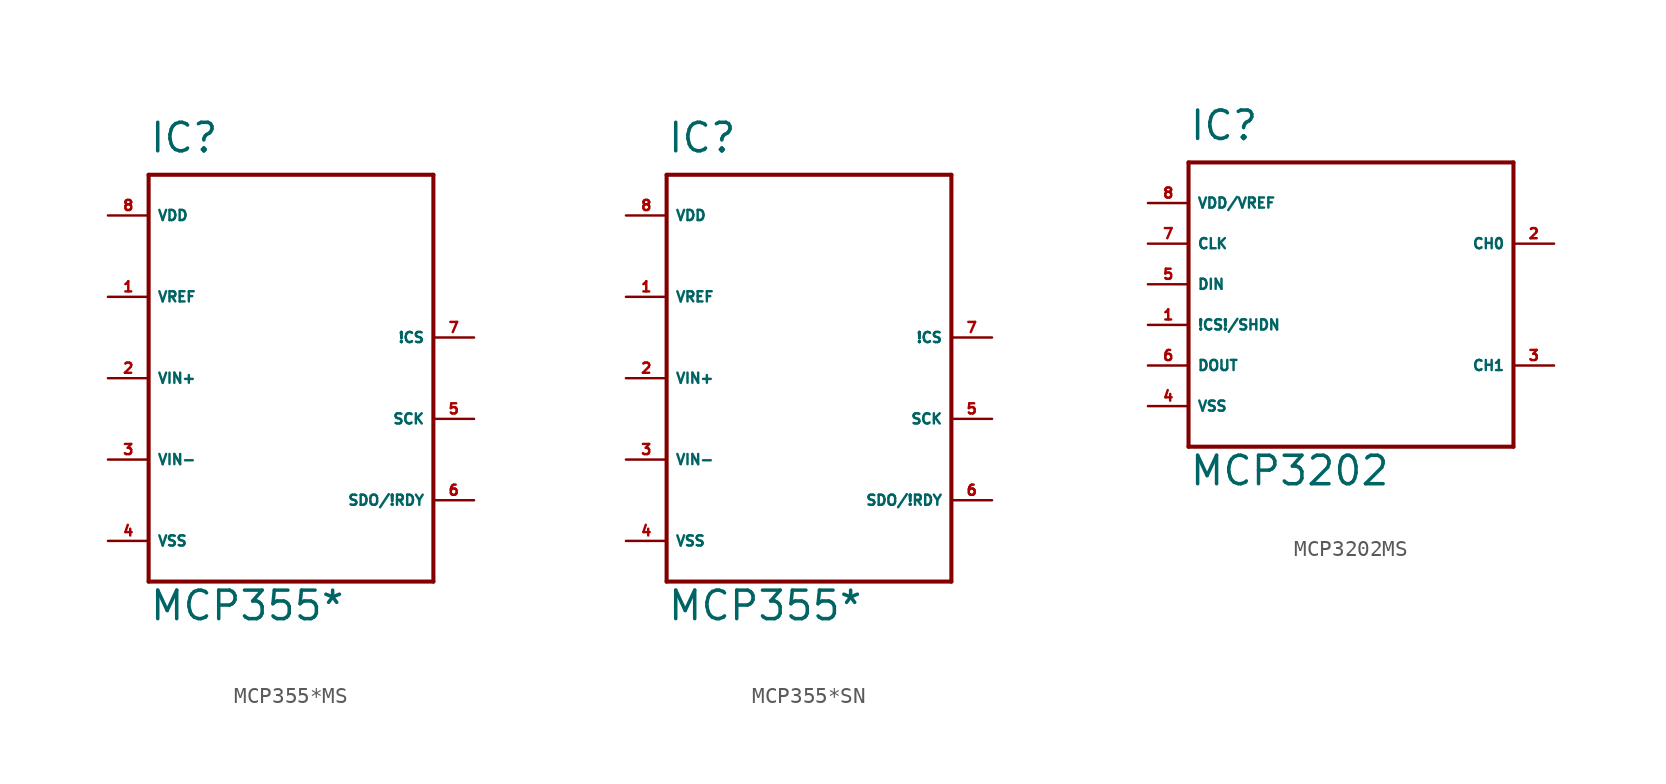
<source format=kicad_sym>
(kicad_symbol_lib
  (version 20220914)
  (generator Eagle2Kicad)
  (symbol "MCP355*MS"
    (property "Reference" "IC"
      (at -7.62 13.97 0)
      (effects (font (size 1.778 1.778) (thickness 0.22)) (justify left bottom)))
    (property "Value" "MCP355*"
      (at -7.62 -15.24 0)
      (effects (font (size 1.778 1.778) (thickness 0.22)) (justify left bottom)))
    (polyline
      (pts (xy -7.62 12.7) (xy 10.16 12.7))
      (stroke (width 0.254) (type default))
      (fill (type none)))
    (polyline
      (pts (xy 10.16 12.7) (xy 10.16 -12.7))
      (stroke (width 0.254) (type default))
      (fill (type none)))
    (polyline
      (pts (xy 10.16 -12.7) (xy -7.62 -12.7))
      (stroke (width 0.254) (type default))
      (fill (type none)))
    (polyline
      (pts (xy -7.62 -12.7) (xy -7.62 12.7))
      (stroke (width 0.254) (type default))
      (fill (type none)))
    (pin input line
      (at -10.16 5.08 0)
      (length 2.54)
      (name "VREF" (effects (font (size 0.635 0.635) (thickness 0.08)) (justify left bottom)))
      (number "1" (effects (font (size 0.635 0.635) (thickness 0.08)) (justify left bottom))))
    (pin input line
      (at -10.16 0 0)
      (length 2.54)
      (name "VIN+" (effects (font (size 0.635 0.635) (thickness 0.08)) (justify left bottom)))
      (number "2" (effects (font (size 0.635 0.635) (thickness 0.08)) (justify left bottom))))
    (pin input line
      (at -10.16 -5.08 0)
      (length 2.54)
      (name "VIN-" (effects (font (size 0.635 0.635) (thickness 0.08)) (justify left bottom)))
      (number "3" (effects (font (size 0.635 0.635) (thickness 0.08)) (justify left bottom))))
    (pin unspecified line
      (at -10.16 10.16 0)
      (length 2.54)
      (name "VDD" (effects (font (size 0.635 0.635) (thickness 0.08)) (justify left bottom)))
      (number "8" (effects (font (size 0.635 0.635) (thickness 0.08)) (justify left bottom))))
    (pin unspecified line
      (at -10.16 -10.16 0)
      (length 2.54)
      (name "VSS" (effects (font (size 0.635 0.635) (thickness 0.08)) (justify left bottom)))
      (number "4" (effects (font (size 0.635 0.635) (thickness 0.08)) (justify left bottom))))
    (pin input line
      (at 12.7 2.54 180)
      (length 2.54)
      (name "!CS" (effects (font (size 0.635 0.635) (thickness 0.08)) (justify left bottom)))
      (number "7" (effects (font (size 0.635 0.635) (thickness 0.08)) (justify left bottom))))
    (pin output line
      (at 12.7 -7.62 180)
      (length 2.54)
      (name "SDO/!RDY" (effects (font (size 0.635 0.635) (thickness 0.08)) (justify left bottom)))
      (number "6" (effects (font (size 0.635 0.635) (thickness 0.08)) (justify left bottom))))
    (pin input line
      (at 12.7 -2.54 180)
      (length 2.54)
      (name "SCK" (effects (font (size 0.635 0.635) (thickness 0.08)) (justify left bottom)))
      (number "5" (effects (font (size 0.635 0.635) (thickness 0.08)) (justify left bottom)))))
  (symbol "MCP355*SN"
    (property "Reference" "IC"
      (at -7.62 13.97 0)
      (effects (font (size 1.778 1.778) (thickness 0.22)) (justify left bottom)))
    (property "Value" "MCP355*"
      (at -7.62 -15.24 0)
      (effects (font (size 1.778 1.778) (thickness 0.22)) (justify left bottom)))
    (polyline
      (pts (xy -7.62 12.7) (xy 10.16 12.7))
      (stroke (width 0.254) (type default))
      (fill (type none)))
    (polyline
      (pts (xy 10.16 12.7) (xy 10.16 -12.7))
      (stroke (width 0.254) (type default))
      (fill (type none)))
    (polyline
      (pts (xy 10.16 -12.7) (xy -7.62 -12.7))
      (stroke (width 0.254) (type default))
      (fill (type none)))
    (polyline
      (pts (xy -7.62 -12.7) (xy -7.62 12.7))
      (stroke (width 0.254) (type default))
      (fill (type none)))
    (pin input line
      (at -10.16 5.08 0)
      (length 2.54)
      (name "VREF" (effects (font (size 0.635 0.635) (thickness 0.08)) (justify left bottom)))
      (number "1" (effects (font (size 0.635 0.635) (thickness 0.08)) (justify left bottom))))
    (pin input line
      (at -10.16 0 0)
      (length 2.54)
      (name "VIN+" (effects (font (size 0.635 0.635) (thickness 0.08)) (justify left bottom)))
      (number "2" (effects (font (size 0.635 0.635) (thickness 0.08)) (justify left bottom))))
    (pin input line
      (at -10.16 -5.08 0)
      (length 2.54)
      (name "VIN-" (effects (font (size 0.635 0.635) (thickness 0.08)) (justify left bottom)))
      (number "3" (effects (font (size 0.635 0.635) (thickness 0.08)) (justify left bottom))))
    (pin unspecified line
      (at -10.16 10.16 0)
      (length 2.54)
      (name "VDD" (effects (font (size 0.635 0.635) (thickness 0.08)) (justify left bottom)))
      (number "8" (effects (font (size 0.635 0.635) (thickness 0.08)) (justify left bottom))))
    (pin unspecified line
      (at -10.16 -10.16 0)
      (length 2.54)
      (name "VSS" (effects (font (size 0.635 0.635) (thickness 0.08)) (justify left bottom)))
      (number "4" (effects (font (size 0.635 0.635) (thickness 0.08)) (justify left bottom))))
    (pin input line
      (at 12.7 2.54 180)
      (length 2.54)
      (name "!CS" (effects (font (size 0.635 0.635) (thickness 0.08)) (justify left bottom)))
      (number "7" (effects (font (size 0.635 0.635) (thickness 0.08)) (justify left bottom))))
    (pin output line
      (at 12.7 -7.62 180)
      (length 2.54)
      (name "SDO/!RDY" (effects (font (size 0.635 0.635) (thickness 0.08)) (justify left bottom)))
      (number "6" (effects (font (size 0.635 0.635) (thickness 0.08)) (justify left bottom))))
    (pin input line
      (at 12.7 -2.54 180)
      (length 2.54)
      (name "SCK" (effects (font (size 0.635 0.635) (thickness 0.08)) (justify left bottom)))
      (number "5" (effects (font (size 0.635 0.635) (thickness 0.08)) (justify left bottom)))))
  (symbol "MCP3202MS"
    (property "Reference" "IC"
      (at -10.16 8.89 0)
      (effects (font (size 1.778 1.778) (thickness 0.22)) (justify left bottom)))
    (property "Value" "MCP3202"
      (at -10.16 -12.7 0)
      (effects (font (size 1.778 1.778) (thickness 0.22)) (justify left bottom)))
    (polyline
      (pts (xy -10.16 7.62) (xy 10.16 7.62))
      (stroke (width 0.254) (type default))
      (fill (type none)))
    (polyline
      (pts (xy 10.16 7.62) (xy 10.16 -10.16))
      (stroke (width 0.254) (type default))
      (fill (type none)))
    (polyline
      (pts (xy 10.16 -10.16) (xy -10.16 -10.16))
      (stroke (width 0.254) (type default))
      (fill (type none)))
    (polyline
      (pts (xy -10.16 -10.16) (xy -10.16 7.62))
      (stroke (width 0.254) (type default))
      (fill (type none)))
    (pin input line
      (at -12.7 -2.54 0)
      (length 2.54)
      (name "!CS!/SHDN" (effects (font (size 0.635 0.635) (thickness 0.08)) (justify left bottom)))
      (number "1" (effects (font (size 0.635 0.635) (thickness 0.08)) (justify left bottom))))
    (pin input line
      (at 12.7 2.54 180)
      (length 2.54)
      (name "CH0" (effects (font (size 0.635 0.635) (thickness 0.08)) (justify left bottom)))
      (number "2" (effects (font (size 0.635 0.635) (thickness 0.08)) (justify left bottom))))
    (pin input line
      (at 12.7 -5.08 180)
      (length 2.54)
      (name "CH1" (effects (font (size 0.635 0.635) (thickness 0.08)) (justify left bottom)))
      (number "3" (effects (font (size 0.635 0.635) (thickness 0.08)) (justify left bottom))))
    (pin input line
      (at -12.7 -7.62 0)
      (length 2.54)
      (name "VSS" (effects (font (size 0.635 0.635) (thickness 0.08)) (justify left bottom)))
      (number "4" (effects (font (size 0.635 0.635) (thickness 0.08)) (justify left bottom))))
    (pin input line
      (at -12.7 0 0)
      (length 2.54)
      (name "DIN" (effects (font (size 0.635 0.635) (thickness 0.08)) (justify left bottom)))
      (number "5" (effects (font (size 0.635 0.635) (thickness 0.08)) (justify left bottom))))
    (pin input line
      (at -12.7 -5.08 0)
      (length 2.54)
      (name "DOUT" (effects (font (size 0.635 0.635) (thickness 0.08)) (justify left bottom)))
      (number "6" (effects (font (size 0.635 0.635) (thickness 0.08)) (justify left bottom))))
    (pin input line
      (at -12.7 2.54 0)
      (length 2.54)
      (name "CLK" (effects (font (size 0.635 0.635) (thickness 0.08)) (justify left bottom)))
      (number "7" (effects (font (size 0.635 0.635) (thickness 0.08)) (justify left bottom))))
    (pin input line
      (at -12.7 5.08 0)
      (length 2.54)
      (name "VDD/VREF" (effects (font (size 0.635 0.635) (thickness 0.08)) (justify left bottom)))
      (number "8" (effects (font (size 0.635 0.635) (thickness 0.08)) (justify left bottom))))))
</source>
